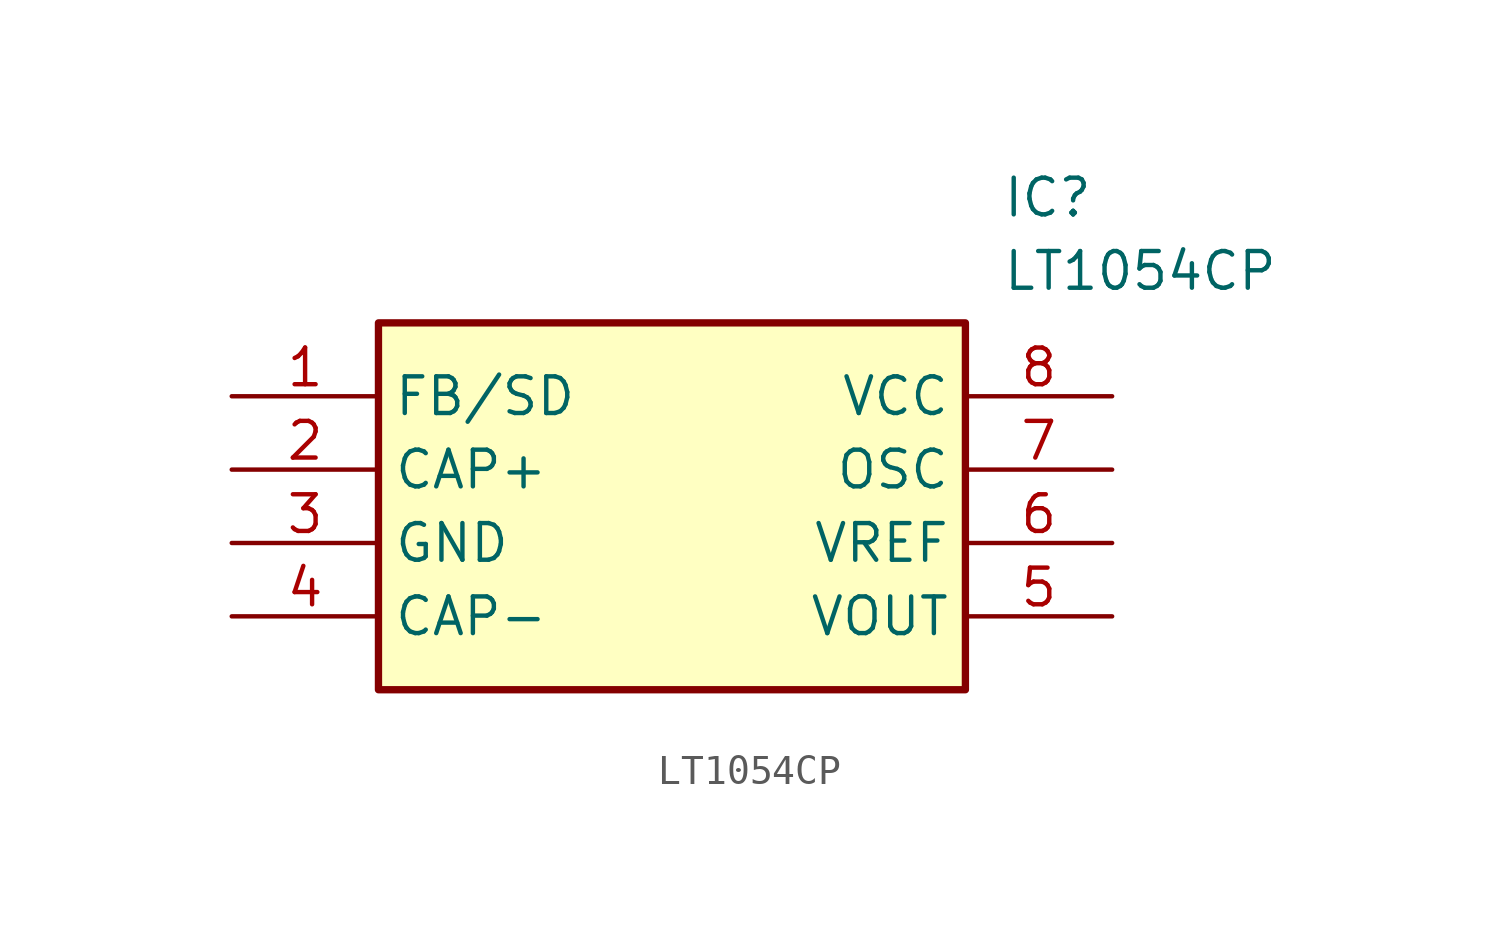
<source format=kicad_sym>
(kicad_symbol_lib
  (version 20211014)
  (generator SamacSys_ECAD_Model)
  (symbol "LT1054CP"
    (property "Reference" "IC"
      (at 26.67 7.62 0)
      (effects (font (size 1.27 1.27)) (justify left top)))
    (property "Value" "LT1054CP"
      (at 26.67 5.08 0)
      (effects (font (size 1.27 1.27)) (justify left top)))
    (rectangle
      (start 5.08 2.54)
      (end 25.4 -10.16)
      (stroke (width 0.254) (type default))
      (fill (type background)))
    (pin passive line
      (at 0 0 0)
      (length 5.08)
      (name "FB/SD" (effects (font (size 1.27 1.27))))
      (number "1" (effects (font (size 1.27 1.27)))))
    (pin passive line
      (at 0 -2.54 0)
      (length 5.08)
      (name "CAP+" (effects (font (size 1.27 1.27))))
      (number "2" (effects (font (size 1.27 1.27)))))
    (pin passive line
      (at 0 -5.08 0)
      (length 5.08)
      (name "GND" (effects (font (size 1.27 1.27))))
      (number "3" (effects (font (size 1.27 1.27)))))
    (pin passive line
      (at 0 -7.62 0)
      (length 5.08)
      (name "CAP-" (effects (font (size 1.27 1.27))))
      (number "4" (effects (font (size 1.27 1.27)))))
    (pin passive line
      (at 30.48 0 180)
      (length 5.08)
      (name "VCC" (effects (font (size 1.27 1.27))))
      (number "8" (effects (font (size 1.27 1.27)))))
    (pin passive line
      (at 30.48 -2.54 180)
      (length 5.08)
      (name "OSC" (effects (font (size 1.27 1.27))))
      (number "7" (effects (font (size 1.27 1.27)))))
    (pin passive line
      (at 30.48 -5.08 180)
      (length 5.08)
      (name "VREF" (effects (font (size 1.27 1.27))))
      (number "6" (effects (font (size 1.27 1.27)))))
    (pin passive line
      (at 30.48 -7.62 180)
      (length 5.08)
      (name "VOUT" (effects (font (size 1.27 1.27))))
      (number "5" (effects (font (size 1.27 1.27)))))))
</source>
